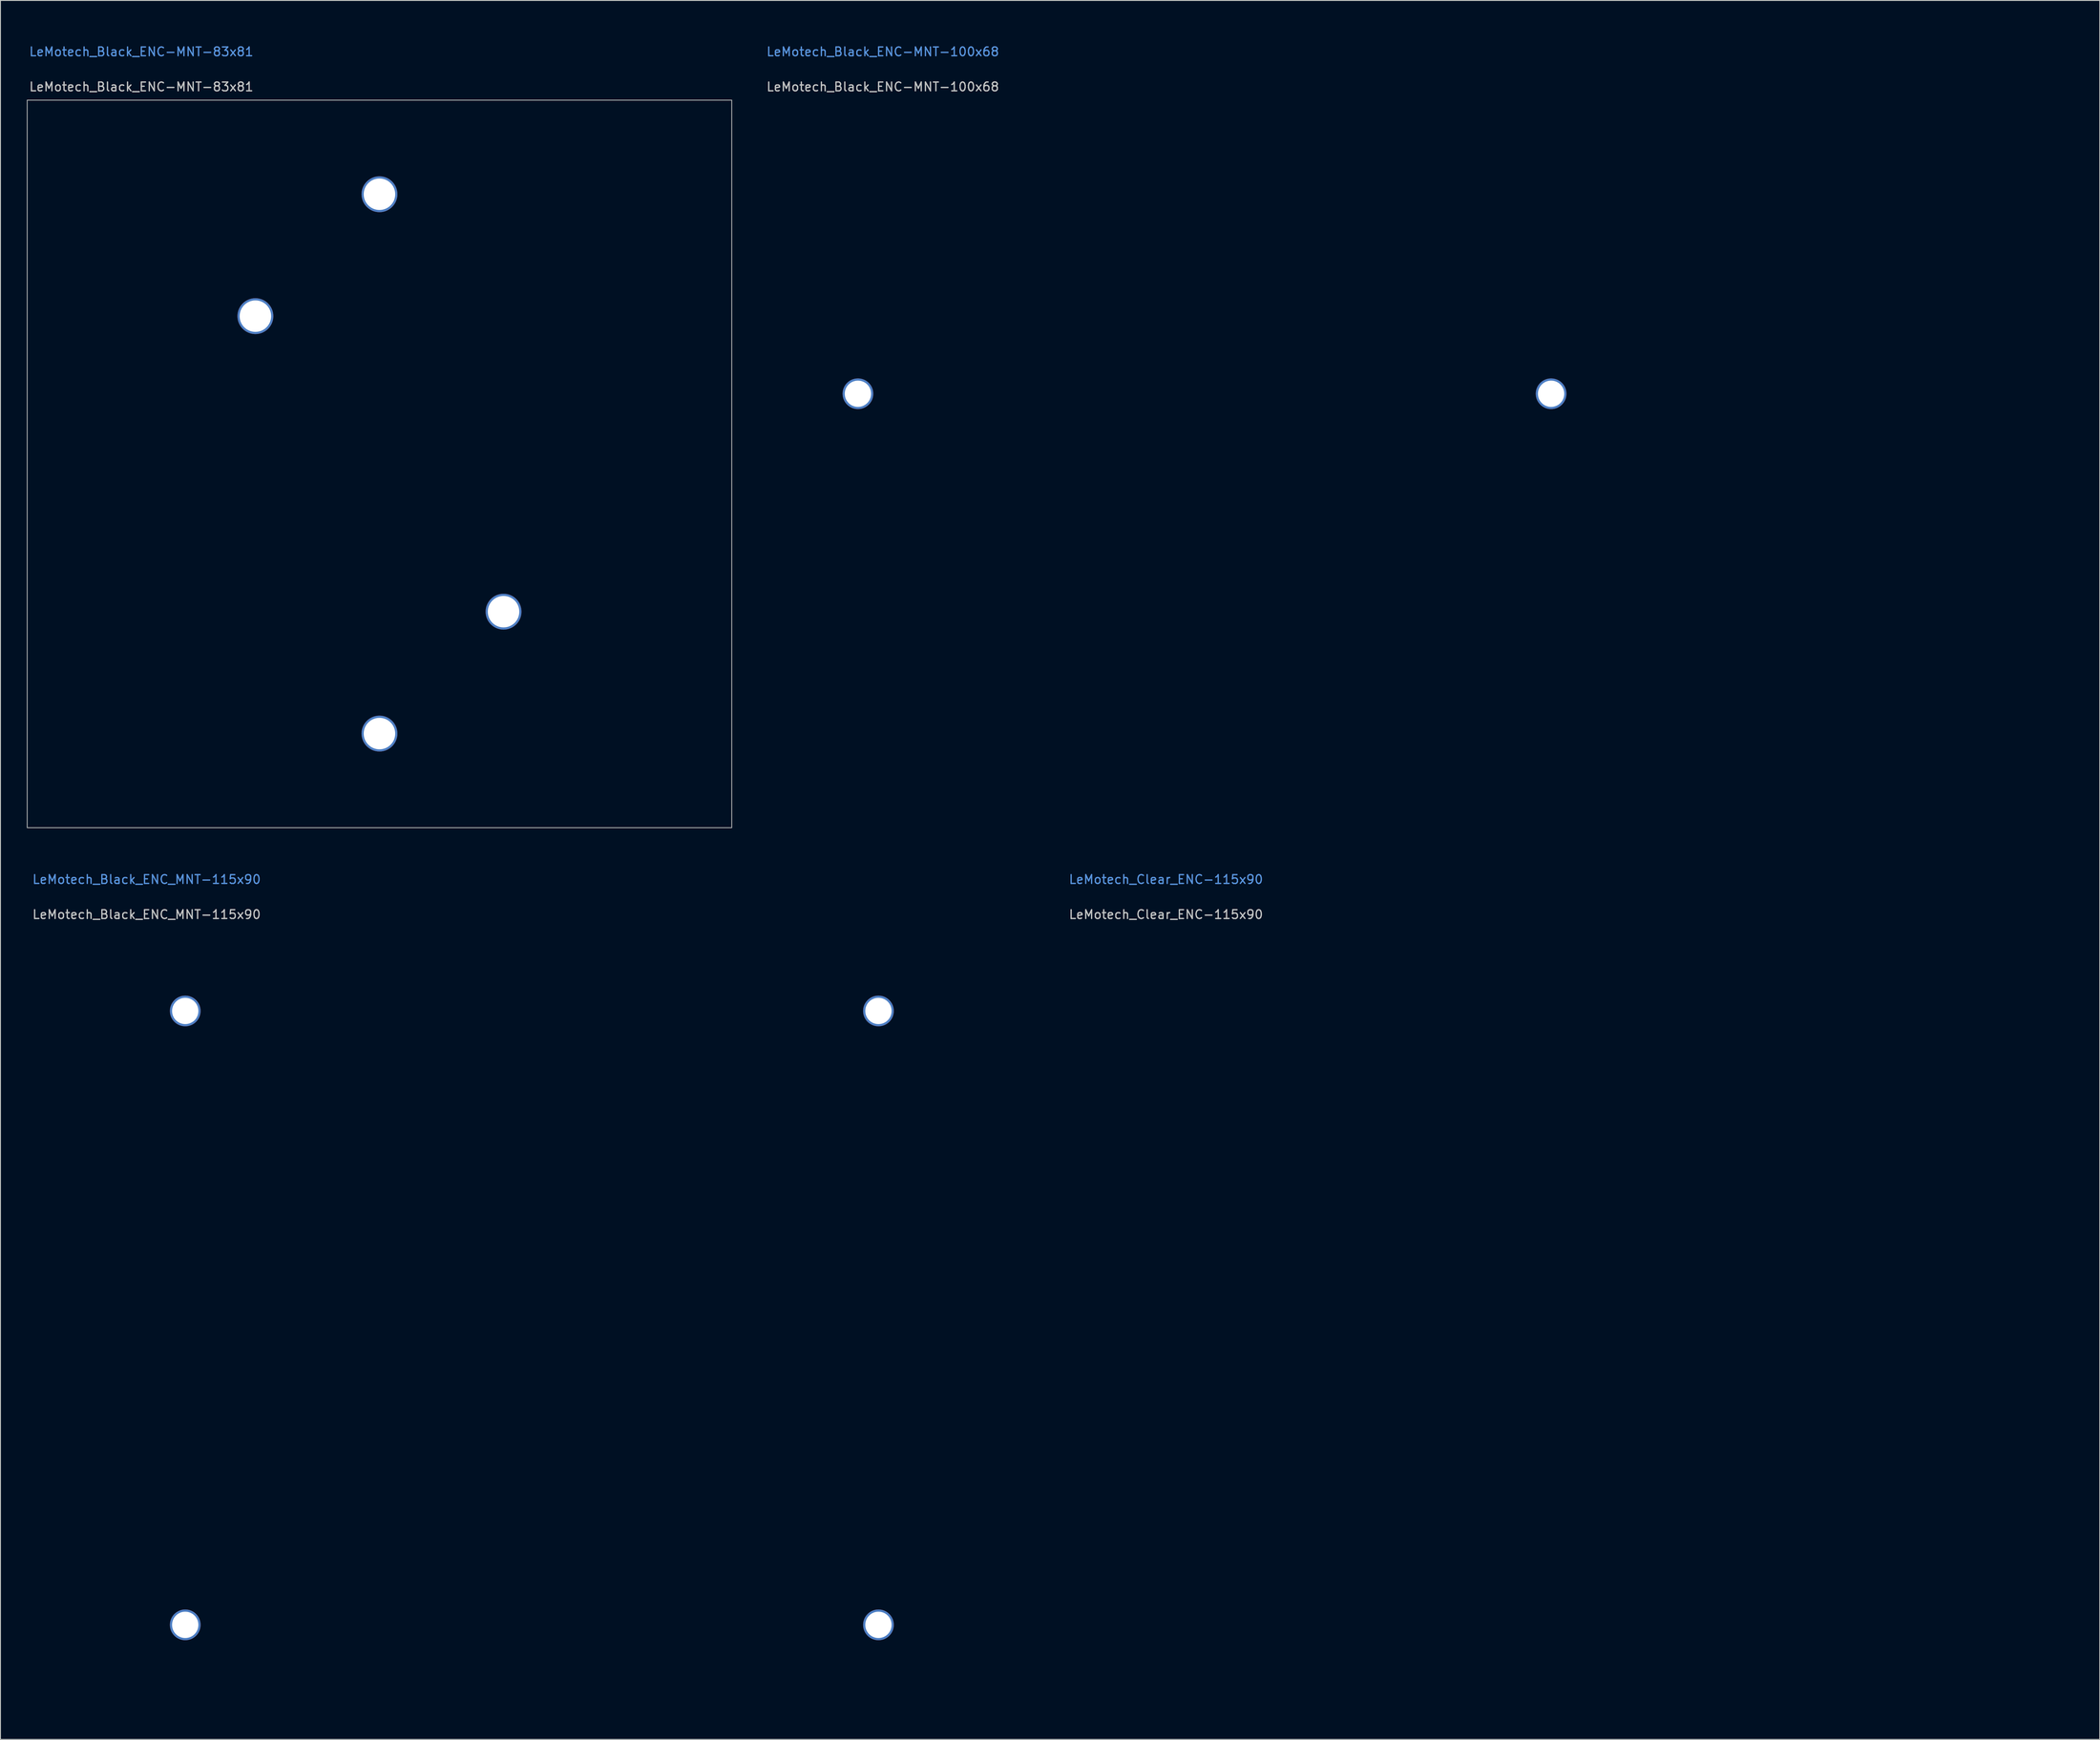
<source format=kicad_pcb>
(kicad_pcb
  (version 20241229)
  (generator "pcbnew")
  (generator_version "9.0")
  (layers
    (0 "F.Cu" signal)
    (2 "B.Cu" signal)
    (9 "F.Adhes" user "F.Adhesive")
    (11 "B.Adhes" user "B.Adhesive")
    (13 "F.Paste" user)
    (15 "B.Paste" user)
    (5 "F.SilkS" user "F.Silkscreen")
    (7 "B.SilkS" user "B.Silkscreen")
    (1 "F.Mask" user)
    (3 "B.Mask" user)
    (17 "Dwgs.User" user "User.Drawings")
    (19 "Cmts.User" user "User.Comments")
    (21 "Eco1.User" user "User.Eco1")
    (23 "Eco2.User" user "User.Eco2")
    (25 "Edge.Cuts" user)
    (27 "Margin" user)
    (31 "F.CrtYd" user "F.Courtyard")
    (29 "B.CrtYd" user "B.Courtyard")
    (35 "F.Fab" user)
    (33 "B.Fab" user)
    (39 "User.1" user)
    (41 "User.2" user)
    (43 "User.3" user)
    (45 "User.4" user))
  (footprint "LeMotech_Black_ENC-MNT-100x68"
    (layer "F.Cu")
    (at 134.219 41.848)
    (property "Reference" "LeMotech_Black_ENC-MNT-100x68" (at -50 -35 0) (unlocked yes) (layer "Dwgs.User") (effects (font (size 1 1) (thickness 0.15)) (justify left)))
    (fp_rect (start -50 -34) (end 50 34) (stroke (width 0.12) (type solid)) (fill no) (layer "User.1"))
    (fp_line (start -47 17.955) (end -47 -17.955) (stroke (width 0.12) (type solid)) (layer "User.2"))
    (fp_line (start -44 20.955) (end -42.703 20.955) (stroke (width 0.12) (type solid)) (layer "User.2"))
    (fp_line (start -42.703 -20.955) (end -44 -20.955) (stroke (width 0.12) (type solid)) (layer "User.2"))
    (fp_line (start -36.703 -26.955) (end -36.703 -28) (stroke (width 0.12) (type solid)) (layer "User.2"))
    (fp_line (start -36.703 28) (end -36.703 26.955) (stroke (width 0.12) (type solid)) (layer "User.2"))
    (fp_line (start -33.703 -31) (end 33.703 -31) (stroke (width 0.12) (type solid)) (layer "User.2"))
    (fp_line (start 33.703 31) (end -33.703 31) (stroke (width 0.12) (type solid)) (layer "User.2"))
    (fp_line (start 36.703 -28) (end 36.703 -26.955) (stroke (width 0.12) (type solid)) (layer "User.2"))
    (fp_line (start 36.703 26.955) (end 36.703 28) (stroke (width 0.12) (type solid)) (layer "User.2"))
    (fp_line (start 42.703 -20.955) (end 44 -20.955) (stroke (width 0.12) (type solid)) (layer "User.2"))
    (fp_line (start 44 20.955) (end 42.703 20.955) (stroke (width 0.12) (type solid)) (layer "User.2"))
    (fp_line (start 47 -17.955) (end 47 17.955) (stroke (width 0.12) (type solid)) (layer "User.2"))
    (fp_arc (start -47 -17.955) (mid -46.12132 -20.07632) (end -44 -20.955) (stroke (width 0.12) (type solid)) (layer "User.2"))
    (fp_arc (start -44 20.955) (mid -46.12132 20.07632) (end -47 17.955) (stroke (width 0.12) (type solid)) (layer "User.2"))
    (fp_arc (start -42.703 20.955) (mid -38.460359 22.712359) (end -36.703 26.955) (stroke (width 0.12) (type solid)) (layer "User.2"))
    (fp_arc (start -36.703 -28) (mid -35.82432 -30.12132) (end -33.703 -31) (stroke (width 0.12) (type solid)) (layer "User.2"))
    (fp_arc (start -36.703 -26.955) (mid -38.460359 -22.712359) (end -42.703 -20.955) (stroke (width 0.12) (type solid)) (layer "User.2"))
    (fp_arc (start -33.703 31) (mid -35.82432 30.12132) (end -36.703 28) (stroke (width 0.12) (type solid)) (layer "User.2"))
    (fp_arc (start 33.703 -31) (mid 35.82432 -30.12132) (end 36.703 -28) (stroke (width 0.12) (type solid)) (layer "User.2"))
    (fp_arc (start 36.703 26.955) (mid 38.460359 22.712359) (end 42.703 20.955) (stroke (width 0.12) (type solid)) (layer "User.2"))
    (fp_arc (start 36.703 28) (mid 35.82432 30.12132) (end 33.703 31) (stroke (width 0.12) (type solid)) (layer "User.2"))
    (fp_arc (start 42.703 -20.955) (mid 38.460359 -22.712359) (end 36.703 -26.955) (stroke (width 0.12) (type solid)) (layer "User.2"))
    (fp_arc (start 44 -20.955) (mid 46.12132 -20.07632) (end 47 -17.955) (stroke (width 0.12) (type solid)) (layer "User.2"))
    (fp_arc (start 47 17.955) (mid 46.12132 20.07632) (end 44 20.955) (stroke (width 0.12) (type solid)) (layer "User.2"))
    (fp_circle (center -44 -27.94) (end -42.25 -27.94) (stroke (width 0.12) (type solid)) (fill no) (layer "User.4"))
    (fp_circle (center -44 27.94) (end -42.25 27.94) (stroke (width 0.12) (type solid)) (fill no) (layer "User.4"))
    (fp_circle (center 44 -27.94) (end 45.75 -27.94) (stroke (width 0.12) (type solid)) (fill no) (layer "User.4"))
    (fp_circle (center 44 27.94) (end 45.75 27.94) (stroke (width 0.12) (type solid)) (fill no) (layer "User.4"))
    (fp_text user "${REFERENCE}" (at -50 -39 0) (unlocked yes) (layer "Cmts.User") (effects (font (size 1 1) (thickness 0.15)) (justify left)))
    (fp_text user "https://www.amazon.com/gp/product/B083LC22JZ/ref=ox_sc_act_title_2?smid=A1NFM2368P534K&th=1" (at -50 -41 0) (layer "User.9") (effects (font (size 1 1) (thickness 0.15)) (justify left)))
    (pad "" np_thru_hole circle (at -39.497 0) (size 3.5 3.5) (drill 3) (layers "*.Cu" "*.Mask"))
    (pad "" np_thru_hole circle (at 39.497 0) (size 3.5 3.5) (drill 3) (layers "*.Cu" "*.Mask")))
  (footprint "LeMotech_Black_ENC_MNT-115x90"
    (layer "F.Cu")
    (at 57.56 147.226)
    (property "Reference" "LeMotech_Black_ENC_MNT-115x90" (at -57 -46 0) (unlocked yes) (layer "Dwgs.User") (effects (font (size 1 1) (thickness 0.15)) (justify left)))
    (attr board_only)
    (fp_line (start -57.5 -45) (end 57.5 -45) (stroke (width 0.12) (type solid)) (layer "User.1"))
    (fp_line (start -57.5 45) (end -57.5 -45) (stroke (width 0.12) (type solid)) (layer "User.1"))
    (fp_line (start 57.5 -45) (end 57.5 45) (stroke (width 0.12) (type solid)) (layer "User.1"))
    (fp_line (start 57.5 45) (end -57.5 45) (stroke (width 0.12) (type solid)) (layer "User.1"))
    (fp_line (start -54.5 19) (end -54.5 -19) (stroke (width 0.12) (type solid)) (layer "User.2"))
    (fp_line (start -50.5 -23) (end -48.7 -23) (stroke (width 0.12) (type solid)) (layer "User.2"))
    (fp_line (start -48.7 23) (end -50.5 23) (stroke (width 0.12) (type solid)) (layer "User.2"))
    (fp_line (start -44.7 -27) (end -44.7 -38) (stroke (width 0.12) (type solid)) (layer "User.2"))
    (fp_line (start -44.7 38) (end -44.7 27) (stroke (width 0.12) (type solid)) (layer "User.2"))
    (fp_line (start -40.7 -42) (end 40.7 -42) (stroke (width 0.12) (type solid)) (layer "User.2"))
    (fp_line (start 40.7 42) (end -40.7 42) (stroke (width 0.12) (type solid)) (layer "User.2"))
    (fp_line (start 44.7 -38) (end 44.7 -27) (stroke (width 0.12) (type solid)) (layer "User.2"))
    (fp_line (start 44.7 27) (end 44.7 38) (stroke (width 0.12) (type solid)) (layer "User.2"))
    (fp_line (start 48.7 -23) (end 50.5 -23) (stroke (width 0.12) (type solid)) (layer "User.2"))
    (fp_line (start 50.5 23) (end 48.7 23) (stroke (width 0.12) (type solid)) (layer "User.2"))
    (fp_line (start 54.5 -19) (end 54.5 19) (stroke (width 0.12) (type solid)) (layer "User.2"))
    (fp_arc (start -54.5 -19) (mid -53.328427 -21.828427) (end -50.5 -23) (stroke (width 0.12) (type solid)) (layer "User.2"))
    (fp_arc (start -50.5 23) (mid -53.328427 21.828427) (end -54.5 19) (stroke (width 0.12) (type solid)) (layer "User.2"))
    (fp_arc (start -48.7 23) (mid -45.871573 24.171573) (end -44.7 27) (stroke (width 0.12) (type solid)) (layer "User.2"))
    (fp_arc (start -44.7 -38) (mid -43.528427 -40.828427) (end -40.7 -42) (stroke (width 0.12) (type solid)) (layer "User.2"))
    (fp_arc (start -44.7 -27) (mid -45.871573 -24.171573) (end -48.7 -23) (stroke (width 0.12) (type solid)) (layer "User.2"))
    (fp_arc (start -40.7 42) (mid -43.528427 40.828427) (end -44.7 38) (stroke (width 0.12) (type solid)) (layer "User.2"))
    (fp_arc (start 40.7 -42) (mid 43.528427 -40.828427) (end 44.7 -38) (stroke (width 0.12) (type solid)) (layer "User.2"))
    (fp_arc (start 44.7 27) (mid 45.871573 24.171573) (end 48.7 23) (stroke (width 0.12) (type solid)) (layer "User.2"))
    (fp_arc (start 44.7 38) (mid 43.528427 40.828427) (end 40.7 42) (stroke (width 0.12) (type solid)) (layer "User.2"))
    (fp_arc (start 48.7 -23) (mid 45.871573 -24.171573) (end 44.7 -27) (stroke (width 0.12) (type solid)) (layer "User.2"))
    (fp_arc (start 50.5 -23) (mid 53.328427 -21.828427) (end 54.5 -19) (stroke (width 0.12) (type solid)) (layer "User.2"))
    (fp_arc (start 54.5 19) (mid 53.328427 21.828427) (end 50.5 23) (stroke (width 0.12) (type solid)) (layer "User.2"))
    (fp_circle (center -39.5 -35) (end -36 -35) (stroke (width 0.12) (type solid)) (fill no) (layer "User.3"))
    (fp_circle (center -39.5 35) (end -36 35) (stroke (width 0.12) (type solid)) (fill no) (layer "User.3"))
    (fp_circle (center 39.5 -35) (end 43 -35) (stroke (width 0.12) (type solid)) (fill no) (layer "User.3"))
    (fp_circle (center 39.5 35) (end 43 35) (stroke (width 0.12) (type solid)) (fill no) (layer "User.3"))
    (fp_text user "${REFERENCE}" (at -57 -50 0) (unlocked yes) (layer "Cmts.User") (effects (font (size 1 1) (thickness 0.15)) (justify left)))
    (fp_text user "https://www.amazon.com/gp/product/B0895J3SWL/ref=ox_sc_act_title_3?smid=A1NFM2368P534K&th=1" (at -57 -52 0) (layer "User.9") (effects (font (size 1 1) (thickness 0.15)) (justify left)))
    (pad "" np_thru_hole circle (at -39.5 -35) (size 3.5 3.5) (drill 3) (layers "*.Cu" "*.Mask"))
    (pad "" np_thru_hole circle (at -39.5 35) (size 3.5 3.5) (drill 3) (layers "*.Cu" "*.Mask"))
    (pad "" np_thru_hole circle (at 39.5 -35) (size 3.5 3.5) (drill 3) (layers "*.Cu" "*.Mask"))
    (pad "" np_thru_hole circle (at 39.5 35) (size 3.5 3.5) (drill 3) (layers "*.Cu" "*.Mask")))
  (footprint "LeMotech_Black_ENC-MNT-83x81"
    (layer "F.Cu")
    (at 40.195 49.848)
    (property "Reference" "LeMotech_Black_ENC-MNT-83x81" (at -40 -43 0) (unlocked yes) (layer "Dwgs.User") (effects (font (size 1 1) (thickness 0.15)) (justify left)))
    (fp_rect (start -40.145 -41.48) (end 40.145 41.48) (stroke (width 0.1) (type solid)) (fill no) (layer "F.Fab"))
    (fp_line (start -37.145 -28.448) (end -18.542 -28.448) (stroke (width 0.12) (type solid)) (layer "User.2"))
    (fp_line (start -37.145 28.448) (end -37.145 -28.448) (stroke (width 0.12) (type solid)) (layer "User.2"))
    (fp_line (start -37.145 28.448) (end -18.542 28.448) (stroke (width 0.12) (type solid)) (layer "User.2"))
    (fp_line (start -18.542 -38.18) (end 18.542 -38.18) (stroke (width 0.12) (type solid)) (layer "User.2"))
    (fp_line (start -18.542 -28.448) (end -18.542 -38.18) (stroke (width 0.12) (type solid)) (layer "User.2"))
    (fp_line (start -18.542 28.448) (end -18.542 38.18) (stroke (width 0.12) (type solid)) (layer "User.2"))
    (fp_line (start 18.542 -38.18) (end 18.542 -28.448) (stroke (width 0.12) (type solid)) (layer "User.2"))
    (fp_line (start 18.542 -28.448) (end 37.145 -28.448) (stroke (width 0.12) (type solid)) (layer "User.2"))
    (fp_line (start 18.542 28.448) (end 18.542 38.18) (stroke (width 0.12) (type solid)) (layer "User.2"))
    (fp_line (start 18.542 38.18) (end -18.542 38.18) (stroke (width 0.12) (type solid)) (layer "User.2"))
    (fp_line (start 37.145 -28.448) (end 37.145 28.448) (stroke (width 0.12) (type solid)) (layer "User.2"))
    (fp_line (start 37.145 28.448) (end 18.542 28.448) (stroke (width 0.12) (type solid)) (layer "User.2"))
    (fp_circle (center -34.5 -35.5) (end -32.75 -35.5) (stroke (width 0.12) (type solid)) (fill no) (layer "User.4"))
    (fp_circle (center -34.5 35.5) (end -32.75 35.5) (stroke (width 0.12) (type solid)) (fill no) (layer "User.4"))
    (fp_circle (center 34.5 -35.5) (end 36.25 -35.5) (stroke (width 0.12) (type solid)) (fill no) (layer "User.4"))
    (fp_circle (center 34.5 35.5) (end 36.25 35.5) (stroke (width 0.12) (type solid)) (fill no) (layer "User.4"))
    (fp_circle (center -25.5 -35.5) (end -23.26 -35.5) (stroke (width 0.12) (type solid)) (fill no) (layer "User.7"))
    (fp_circle (center -25.5 35.5) (end -23.26 35.5) (stroke (width 0.12) (type solid)) (fill no) (layer "User.7"))
    (fp_circle (center 25.5 -35.5) (end 27.74 -35.5) (stroke (width 0.12) (type solid)) (fill no) (layer "User.7"))
    (fp_circle (center 25.5 35.5) (end 27.74 35.5) (stroke (width 0.12) (type solid)) (fill no) (layer "User.7"))
    (fp_circle (center -34.5 -35.5) (end -30.5 -35.5) (stroke (width 0.12) (type solid)) (fill no) (layer "User.8"))
    (fp_circle (center -34.5 35.5) (end -30.5 35.5) (stroke (width 0.12) (type solid)) (fill no) (layer "User.8"))
    (fp_circle (center 34.5 -35.5) (end 38.5 -35.5) (stroke (width 0.12) (type solid)) (fill no) (layer "User.8"))
    (fp_circle (center 34.5 35.5) (end 38.5 35.5) (stroke (width 0.12) (type solid)) (fill no) (layer "User.8"))
    (fp_text user "${REFERENCE}" (at -40 -47 0) (unlocked yes) (layer "Cmts.User") (effects (font (size 1 1) (thickness 0.15)) (justify left)))
    (fp_text user "https://www.amazon.com/gp/product/B08161PBP6/ref=ox_sc_act_title_2?smid=A1NFM2368P534K&th=1" (at -40 -49 0) (layer "User.9") (effects (font (size 1 1) (thickness 0.15)) (justify left)))
    (pad "" np_thru_hole circle (at -14.14 -16.85) (size 4.09 4.09) (drill 3.59) (layers "*.Cu" "*.Mask"))
    (pad "" np_thru_hole circle (at 0 -30.75) (size 4.09 4.09) (drill 3.59) (layers "*.Cu" "*.Mask"))
    (pad "" np_thru_hole circle (at 0 30.75) (size 4.09 4.09) (drill 3.59) (layers "*.Cu" "*.Mask"))
    (pad "" np_thru_hole circle (at 14.14 16.85) (size 4.09 4.09) (drill 3.59) (layers "*.Cu" "*.Mask")))
  (footprint "LeMotech_Clear_ENC-115x90"
    (layer "F.Cu")
    (at 175.68 147.226)
    (property "Reference" "LeMotech_Clear_ENC-115x90" (at -57 -46 0) (unlocked yes) (layer "Dwgs.User") (effects (font (size 1 1) (thickness 0.15)) (justify left)))
    (attr board_only)
    (fp_line (start -57.5 -45) (end 57.5 -45) (stroke (width 0.12) (type solid)) (layer "User.1"))
    (fp_line (start -57.5 45) (end -57.5 -45) (stroke (width 0.12) (type solid)) (layer "User.1"))
    (fp_line (start 57.5 -45) (end 57.5 45) (stroke (width 0.12) (type solid)) (layer "User.1"))
    (fp_line (start 57.5 45) (end -57.5 45) (stroke (width 0.12) (type solid)) (layer "User.1"))
    (fp_line (start -54.5 19) (end -54.5 -19) (stroke (width 0.12) (type solid)) (layer "User.2"))
    (fp_line (start -50.5 -23) (end -48.7 -23) (stroke (width 0.12) (type solid)) (layer "User.2"))
    (fp_line (start -48.7 23) (end -50.5 23) (stroke (width 0.12) (type solid)) (layer "User.2"))
    (fp_line (start -44.7 -27) (end -44.7 -38) (stroke (width 0.12) (type solid)) (layer "User.2"))
    (fp_line (start -44.7 38) (end -44.7 27) (stroke (width 0.12) (type solid)) (layer "User.2"))
    (fp_line (start -40.7 -42) (end 40.7 -42) (stroke (width 0.12) (type solid)) (layer "User.2"))
    (fp_line (start 40.7 42) (end -40.7 42) (stroke (width 0.12) (type solid)) (layer "User.2"))
    (fp_line (start 44.7 -38) (end 44.7 -27) (stroke (width 0.12) (type solid)) (layer "User.2"))
    (fp_line (start 44.7 27) (end 44.7 38) (stroke (width 0.12) (type solid)) (layer "User.2"))
    (fp_line (start 48.7 -23) (end 50.5 -23) (stroke (width 0.12) (type solid)) (layer "User.2"))
    (fp_line (start 50.5 23) (end 48.7 23) (stroke (width 0.12) (type solid)) (layer "User.2"))
    (fp_line (start 54.5 -19) (end 54.5 19) (stroke (width 0.12) (type solid)) (layer "User.2"))
    (fp_arc (start -54.5 -19) (mid -53.328427 -21.828427) (end -50.5 -23) (stroke (width 0.12) (type solid)) (layer "User.2"))
    (fp_arc (start -50.5 23) (mid -53.328427 21.828427) (end -54.5 19) (stroke (width 0.12) (type solid)) (layer "User.2"))
    (fp_arc (start -48.7 23) (mid -45.871573 24.171573) (end -44.7 27) (stroke (width 0.12) (type solid)) (layer "User.2"))
    (fp_arc (start -44.7 -38) (mid -43.528427 -40.828427) (end -40.7 -42) (stroke (width 0.12) (type solid)) (layer "User.2"))
    (fp_arc (start -44.7 -27) (mid -45.871573 -24.171573) (end -48.7 -23) (stroke (width 0.12) (type solid)) (layer "User.2"))
    (fp_arc (start -40.7 42) (mid -43.528427 40.828427) (end -44.7 38) (stroke (width 0.12) (type solid)) (layer "User.2"))
    (fp_arc (start 40.7 -42) (mid 43.528427 -40.828427) (end 44.7 -38) (stroke (width 0.12) (type solid)) (layer "User.2"))
    (fp_arc (start 44.7 27) (mid 45.871573 24.171573) (end 48.7 23) (stroke (width 0.12) (type solid)) (layer "User.2"))
    (fp_arc (start 44.7 38) (mid 43.528427 40.828427) (end 40.7 42) (stroke (width 0.12) (type solid)) (layer "User.2"))
    (fp_arc (start 48.7 -23) (mid 45.871573 -24.171573) (end 44.7 -27) (stroke (width 0.12) (type solid)) (layer "User.2"))
    (fp_arc (start 50.5 -23) (mid 53.328427 -21.828427) (end 54.5 -19) (stroke (width 0.12) (type solid)) (layer "User.2"))
    (fp_arc (start 54.5 19) (mid 53.328427 21.828427) (end 50.5 23) (stroke (width 0.12) (type solid)) (layer "User.2"))
    (fp_circle (center -39.5 -35) (end -36 -35) (stroke (width 0.12) (type solid)) (fill no) (layer "User.3"))
    (fp_circle (center -39.5 35) (end -36 35) (stroke (width 0.12) (type solid)) (fill no) (layer "User.3"))
    (fp_circle (center 39.5 -35) (end 43 -35) (stroke (width 0.12) (type solid)) (fill no) (layer "User.3"))
    (fp_circle (center 39.5 35) (end 43 35) (stroke (width 0.12) (type solid)) (fill no) (layer "User.3"))
    (fp_circle (center -39.5 -35) (end -38 -35) (stroke (width 0.1) (type solid)) (fill no) (layer "User.9"))
    (fp_circle (center -39.5 35) (end -38 35) (stroke (width 0.1) (type solid)) (fill no) (layer "User.9"))
    (fp_circle (center 39.5 -35) (end 41 -35) (stroke (width 0.1) (type solid)) (fill no) (layer "User.9"))
    (fp_circle (center 39.5 35) (end 41 35) (stroke (width 0.1) (type solid)) (fill no) (layer "User.9"))
    (fp_text user "${REFERENCE}" (at -57 -50 0) (unlocked yes) (layer "Cmts.User") (effects (font (size 1 1) (thickness 0.15)) (justify left)))
    (fp_text user "https://www.amazon.com/gp/product/B0895J3SWL/ref=ox_sc_act_title_3?smid=A1NFM2368P534K&th=1" (at -57 -52 0) (layer "User.9") (effects (font (size 1 1) (thickness 0.15)) (justify left))))
  (gr_rect
    (start -3 -3)
    (end 236.24 195.286)
    (stroke (width 0.1) (type default))
    (fill no)
    (layer "Edge.Cuts")))
</source>
